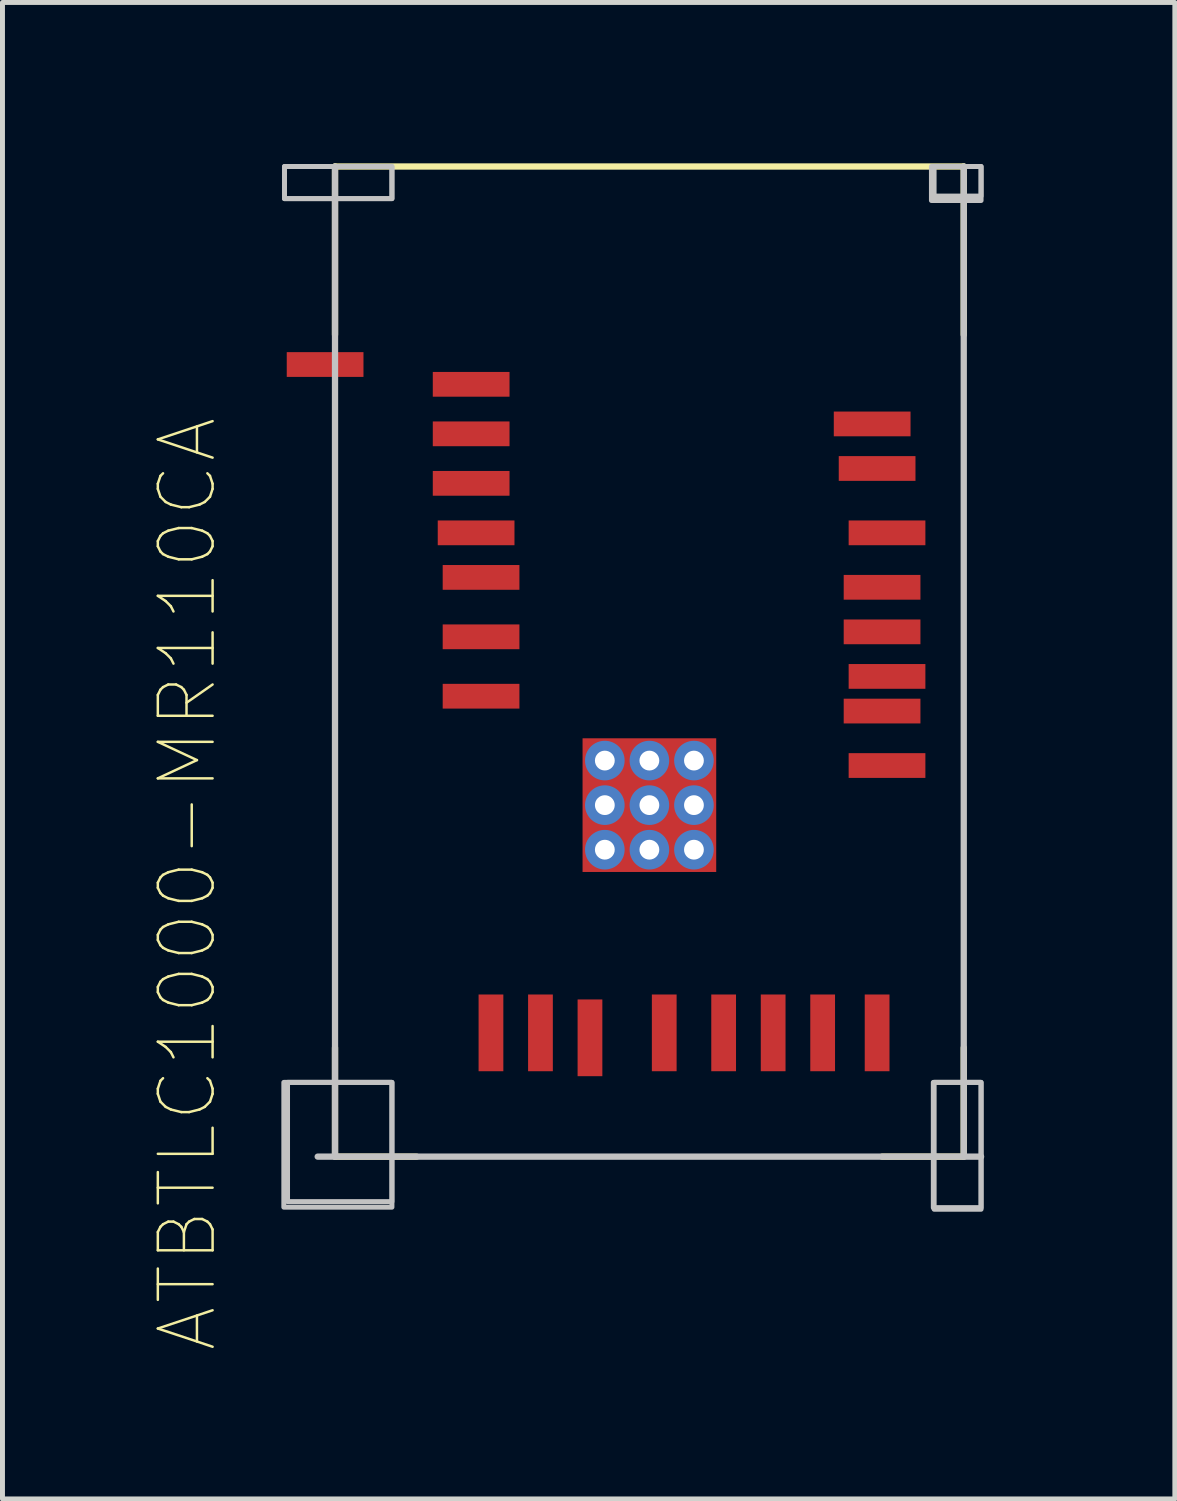
<source format=kicad_pcb>
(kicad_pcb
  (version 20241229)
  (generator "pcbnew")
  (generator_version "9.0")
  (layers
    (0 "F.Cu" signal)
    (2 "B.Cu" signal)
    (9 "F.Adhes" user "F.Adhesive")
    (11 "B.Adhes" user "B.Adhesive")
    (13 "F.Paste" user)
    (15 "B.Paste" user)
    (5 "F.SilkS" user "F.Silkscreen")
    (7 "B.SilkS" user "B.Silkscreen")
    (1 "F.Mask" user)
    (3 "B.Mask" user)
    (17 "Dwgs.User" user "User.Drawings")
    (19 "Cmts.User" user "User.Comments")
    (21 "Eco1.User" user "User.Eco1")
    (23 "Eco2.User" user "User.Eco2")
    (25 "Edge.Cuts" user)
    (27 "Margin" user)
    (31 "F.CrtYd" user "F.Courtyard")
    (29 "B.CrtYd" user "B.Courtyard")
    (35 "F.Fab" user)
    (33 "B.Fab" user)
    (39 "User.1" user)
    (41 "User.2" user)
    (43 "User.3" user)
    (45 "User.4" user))
  (footprint "ATBTLC1000-MR110CA"
    (layer "F.Cu")
    (at 10.067 10.313)
    (property "Reference" "ATBTLC1000-MR110CA" (at -9.332 4.492 90) (layer "F.SilkS") (effects (font (size 1.106 1.106) (thickness 0.05))))
    (attr smd)
    (fp_line (start -6.35 -10) (end -6.35 -6.6) (stroke (width 0.127) (type solid)) (layer "F.SilkS"))
    (fp_line (start -6.35 7.8) (end -6.35 10) (stroke (width 0.127) (type solid)) (layer "F.SilkS"))
    (fp_line (start -6.35 10) (end -4.7 10) (stroke (width 0.127) (type solid)) (layer "F.SilkS"))
    (fp_line (start 6.35 -10) (end -6.35 -10) (stroke (width 0.127) (type solid)) (layer "F.SilkS"))
    (fp_line (start 6.35 -10) (end 6.35 -6.6) (stroke (width 0.127) (type solid)) (layer "F.SilkS"))
    (fp_line (start 6.35 7.8) (end 6.35 10) (stroke (width 0.127) (type solid)) (layer "F.SilkS"))
    (fp_line (start 6.35 10) (end 4.7 10) (stroke (width 0.127) (type solid)) (layer "F.SilkS"))
    (fp_line (start -6.7 10) (end 6.7 10) (stroke (width 0.127) (type solid)) (layer "Dwgs.User"))
    (fp_line (start -6.35 -10) (end -6.35 10) (stroke (width 0.127) (type solid)) (layer "Dwgs.User"))
    (fp_line (start 6.35 10) (end 6.35 -10) (stroke (width 0.127) (type solid)) (layer "Dwgs.User"))
    (fp_poly (pts (xy -7.384 8.5) (xy -5.2 8.5) (xy -5.2 11.021) (xy -7.384 11.021)) (stroke (width 0.1) (type solid)) (fill no) (layer "Dwgs.User"))
    (fp_poly (pts (xy -7.371 -10) (xy -5.2 -10) (xy -5.2 -9.351) (xy -7.371 -9.351)) (stroke (width 0.1) (type solid)) (fill no) (layer "Dwgs.User"))
    (fp_poly (pts (xy -7.37 -10) (xy -5.2 -10) (xy -5.2 -9.35) (xy -7.37 -9.35)) (stroke (width 0.1) (type solid)) (fill no) (layer "Dwgs.User"))
    (fp_poly (pts (xy -7.309 8.5) (xy -5.2 8.5) (xy -5.2 10.909) (xy -7.309 10.909)) (stroke (width 0.1) (type solid)) (fill no) (layer "Dwgs.User"))
    (fp_poly (pts (xy 5.697 -10) (xy 6.7 -10) (xy 6.7 -9.313) (xy 5.697 -9.313)) (stroke (width 0.1) (type solid)) (fill no) (layer "Dwgs.User"))
    (fp_poly (pts (xy 5.735 8.5) (xy 6.7 8.5) (xy 6.7 11.03) (xy 5.735 11.03)) (stroke (width 0.1) (type solid)) (fill no) (layer "Dwgs.User"))
    (fp_poly (pts (xy 5.751 -10) (xy 6.7 -10) (xy 6.7 -9.402) (xy 5.751 -9.402)) (stroke (width 0.1) (type solid)) (fill no) (layer "Dwgs.User"))
    (fp_poly (pts (xy 5.752 8.5) (xy 6.7 8.5) (xy 6.7 11.063) (xy 5.752 11.063)) (stroke (width 0.1) (type solid)) (fill no) (layer "Dwgs.User"))
    (fp_line (start -7.55 -10.25) (end 7.55 -10.25) (stroke (width 0.127) (type solid)) (layer "Eco1.User"))
    (fp_line (start -7.55 10.85) (end -7.55 -10.25) (stroke (width 0.127) (type solid)) (layer "Eco1.User"))
    (fp_line (start 7.55 -10.25) (end 7.55 10.85) (stroke (width 0.127) (type solid)) (layer "Eco1.User"))
    (fp_line (start 7.55 10.85) (end -7.55 10.85) (stroke (width 0.127) (type solid)) (layer "Eco1.User"))
    (fp_poly (pts (xy -7.375 -10) (xy -5.2 -10) (xy -5.2 -9.356) (xy -7.375 -9.356)) (stroke (width 0.1) (type solid)) (fill no) (layer "Eco1.User"))
    (fp_poly (pts (xy -7.374 8.5) (xy -5.2 8.5) (xy -5.2 11.006) (xy -7.374 11.006)) (stroke (width 0.1) (type solid)) (fill no) (layer "Eco1.User"))
    (fp_poly (pts (xy 5.765 -10) (xy 6.7 -10) (xy 6.7 -9.424) (xy 5.765 -9.424)) (stroke (width 0.1) (type solid)) (fill no) (layer "Eco1.User"))
    (fp_poly (pts (xy 5.785 8.5) (xy 6.7 8.5) (xy 6.7 11.126) (xy 5.785 11.126)) (stroke (width 0.1) (type solid)) (fill no) (layer "Eco1.User"))
    (pad "1" smd rect (at -6.55 -6) (size 1.55 0.5) (layers "F.Cu" "F.Mask" "F.Paste"))
    (pad "2" smd rect (at -3.6 -5.6) (size 1.55 0.5) (layers "F.Cu" "F.Mask" "F.Paste"))
    (pad "3" smd rect (at -3.6 -4.6) (size 1.55 0.5) (layers "F.Cu" "F.Mask" "F.Paste"))
    (pad "4" smd rect (at -3.6 -3.6) (size 1.55 0.5) (layers "F.Cu" "F.Mask" "F.Paste"))
    (pad "5" smd rect (at -3.5 -2.6) (size 1.55 0.5) (layers "F.Cu" "F.Mask" "F.Paste"))
    (pad "6" smd rect (at -3.4 -1.7) (size 1.55 0.5) (layers "F.Cu" "F.Mask" "F.Paste"))
    (pad "7" smd rect (at -3.4 -0.5) (size 1.55 0.5) (layers "F.Cu" "F.Mask" "F.Paste"))
    (pad "8" smd rect (at -3.4 0.7) (size 1.55 0.5) (layers "F.Cu" "F.Mask" "F.Paste"))
    (pad "9" smd rect (at -3.2 7.5 90) (size 1.55 0.5) (layers "F.Cu" "F.Mask" "F.Paste"))
    (pad "10" smd rect (at -2.2 7.5 90) (size 1.55 0.5) (layers "F.Cu" "F.Mask" "F.Paste"))
    (pad "11" smd rect (at -1.2 7.6 90) (size 1.55 0.5) (layers "F.Cu" "F.Mask" "F.Paste"))
    (pad "12" smd rect (at 0.3 7.5 90) (size 1.55 0.5) (layers "F.Cu" "F.Mask" "F.Paste"))
    (pad "13" smd rect (at 1.5 7.5 90) (size 1.55 0.5) (layers "F.Cu" "F.Mask" "F.Paste"))
    (pad "14" smd rect (at 2.5 7.5 90) (size 1.55 0.5) (layers "F.Cu" "F.Mask" "F.Paste"))
    (pad "15" smd rect (at 3.5 7.5 90) (size 1.55 0.5) (layers "F.Cu" "F.Mask" "F.Paste"))
    (pad "16" smd rect (at 4.6 7.5 90) (size 1.55 0.5) (layers "F.Cu" "F.Mask" "F.Paste"))
    (pad "17" smd rect (at 4.8 2.1) (size 1.55 0.5) (layers "F.Cu" "F.Mask" "F.Paste"))
    (pad "18" smd rect (at 4.7 1) (size 1.55 0.5) (layers "F.Cu" "F.Mask" "F.Paste"))
    (pad "19" smd rect (at 4.8 0.3) (size 1.55 0.5) (layers "F.Cu" "F.Mask" "F.Paste"))
    (pad "20" smd rect (at 4.7 -0.6) (size 1.55 0.5) (layers "F.Cu" "F.Mask" "F.Paste"))
    (pad "21" smd rect (at 4.7 -1.5) (size 1.55 0.5) (layers "F.Cu" "F.Mask" "F.Paste"))
    (pad "22" smd rect (at 4.8 -2.6) (size 1.55 0.5) (layers "F.Cu" "F.Mask" "F.Paste"))
    (pad "23" smd rect (at 4.6 -3.9) (size 1.55 0.5) (layers "F.Cu" "F.Mask" "F.Paste"))
    (pad "24" smd rect (at 4.5 -4.8) (size 1.55 0.5) (layers "F.Cu" "F.Mask" "F.Paste"))
    (pad "25" thru_hole circle (at -0.9 2 270) (size 0.8 0.8) (drill 0.4) (layers "*.Cu" "*.Mask"))
    (pad "25" thru_hole circle (at -0.9 2.9 270) (size 0.8 0.8) (drill 0.4) (layers "*.Cu" "*.Mask"))
    (pad "25" thru_hole circle (at -0.9 3.8 270) (size 0.8 0.8) (drill 0.4) (layers "*.Cu" "*.Mask"))
    (pad "25" thru_hole circle (at 0 2 270) (size 0.8 0.8) (drill 0.4) (layers "*.Cu" "*.Mask"))
    (pad "25" thru_hole circle (at 0 2.9 270) (size 0.8 0.8) (drill 0.4) (layers "*.Cu" "*.Mask"))
    (pad "25" smd rect (at 0 2.9 270) (size 2.7 2.7) (layers "F.Cu" "F.Mask" "F.Paste"))
    (pad "25" thru_hole circle (at 0 3.8 270) (size 0.8 0.8) (drill 0.4) (layers "*.Cu" "*.Mask"))
    (pad "25" thru_hole circle (at 0.9 2 270) (size 0.8 0.8) (drill 0.4) (layers "*.Cu" "*.Mask"))
    (pad "25" thru_hole circle (at 0.9 2.9 270) (size 0.8 0.8) (drill 0.4) (layers "*.Cu" "*.Mask"))
    (pad "25" thru_hole circle (at 0.9 3.8 270) (size 0.8 0.8) (drill 0.4) (layers "*.Cu" "*.Mask")))
  (gr_rect
    (start -3 -3)
    (end 20.681 27.227)
    (stroke (width 0.1) (type default))
    (fill no)
    (layer "Edge.Cuts")))
</source>
